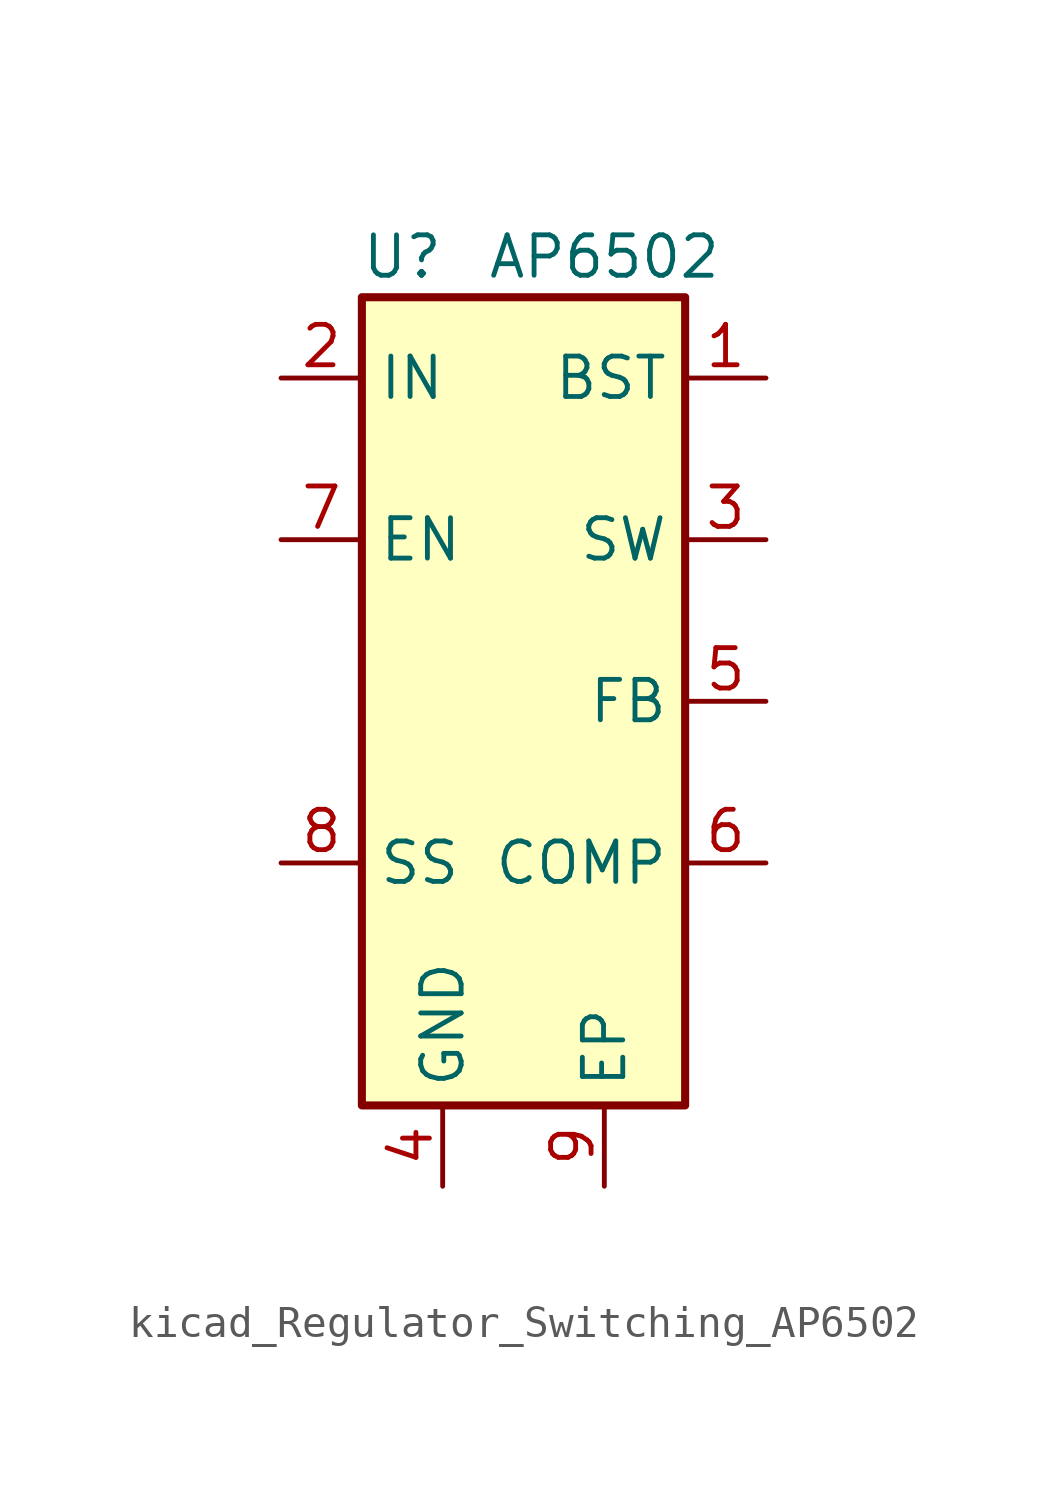
<source format=kicad_sym>
(kicad_symbol_lib
  (version 20220914)
  (generator kicad_symbol_editor)
  (symbol "kicad_Regulator_Switching_AP6502"
    (property "Reference" "U"
      (at -3.81 13.97 0)
      (effects (font (size 1.27 1.27))))
    (property "Value" "AP6502"
      (at 2.54 13.97 0)
      (effects (font (size 1.27 1.27))))
    (symbol "kicad_Regulator_Switching_AP6502_0_1"
      (rectangle (start -5.08 12.7) (end 5.08 -12.7) (stroke (width 0.254) (type default)) (fill (type background))))
    (symbol "kicad_Regulator_Switching_AP6502_1_1"
      (pin output line (at 7.62 10.16 180) (length 2.54) (name "BST" (effects (font (size 1.27 1.27)))) (number "1" (effects (font (size 1.27 1.27)))))
      (pin power_in line (at -7.62 10.16 0) (length 2.54) (name "IN" (effects (font (size 1.27 1.27)))) (number "2" (effects (font (size 1.27 1.27)))))
      (pin power_out line (at 7.62 5.08 180) (length 2.54) (name "SW" (effects (font (size 1.27 1.27)))) (number "3" (effects (font (size 1.27 1.27)))))
      (pin power_in line (at -2.54 -15.24 90) (length 2.54) (name "GND" (effects (font (size 1.27 1.27)))) (number "4" (effects (font (size 1.27 1.27)))))
      (pin input line (at 7.62 0 180) (length 2.54) (name "FB" (effects (font (size 1.27 1.27)))) (number "5" (effects (font (size 1.27 1.27)))))
      (pin output line (at 7.62 -5.08 180) (length 2.54) (name "COMP" (effects (font (size 1.27 1.27)))) (number "6" (effects (font (size 1.27 1.27)))))
      (pin input line (at -7.62 5.08 0) (length 2.54) (name "EN" (effects (font (size 1.27 1.27)))) (number "7" (effects (font (size 1.27 1.27)))))
      (pin tri_state line (at -7.62 -5.08 0) (length 2.54) (name "SS" (effects (font (size 1.27 1.27)))) (number "8" (effects (font (size 1.27 1.27)))))
      (pin power_in line (at 2.54 -15.24 90) (length 2.54) (name "EP" (effects (font (size 1.27 1.27)))) (number "9" (effects (font (size 1.27 1.27))))))))
</source>
